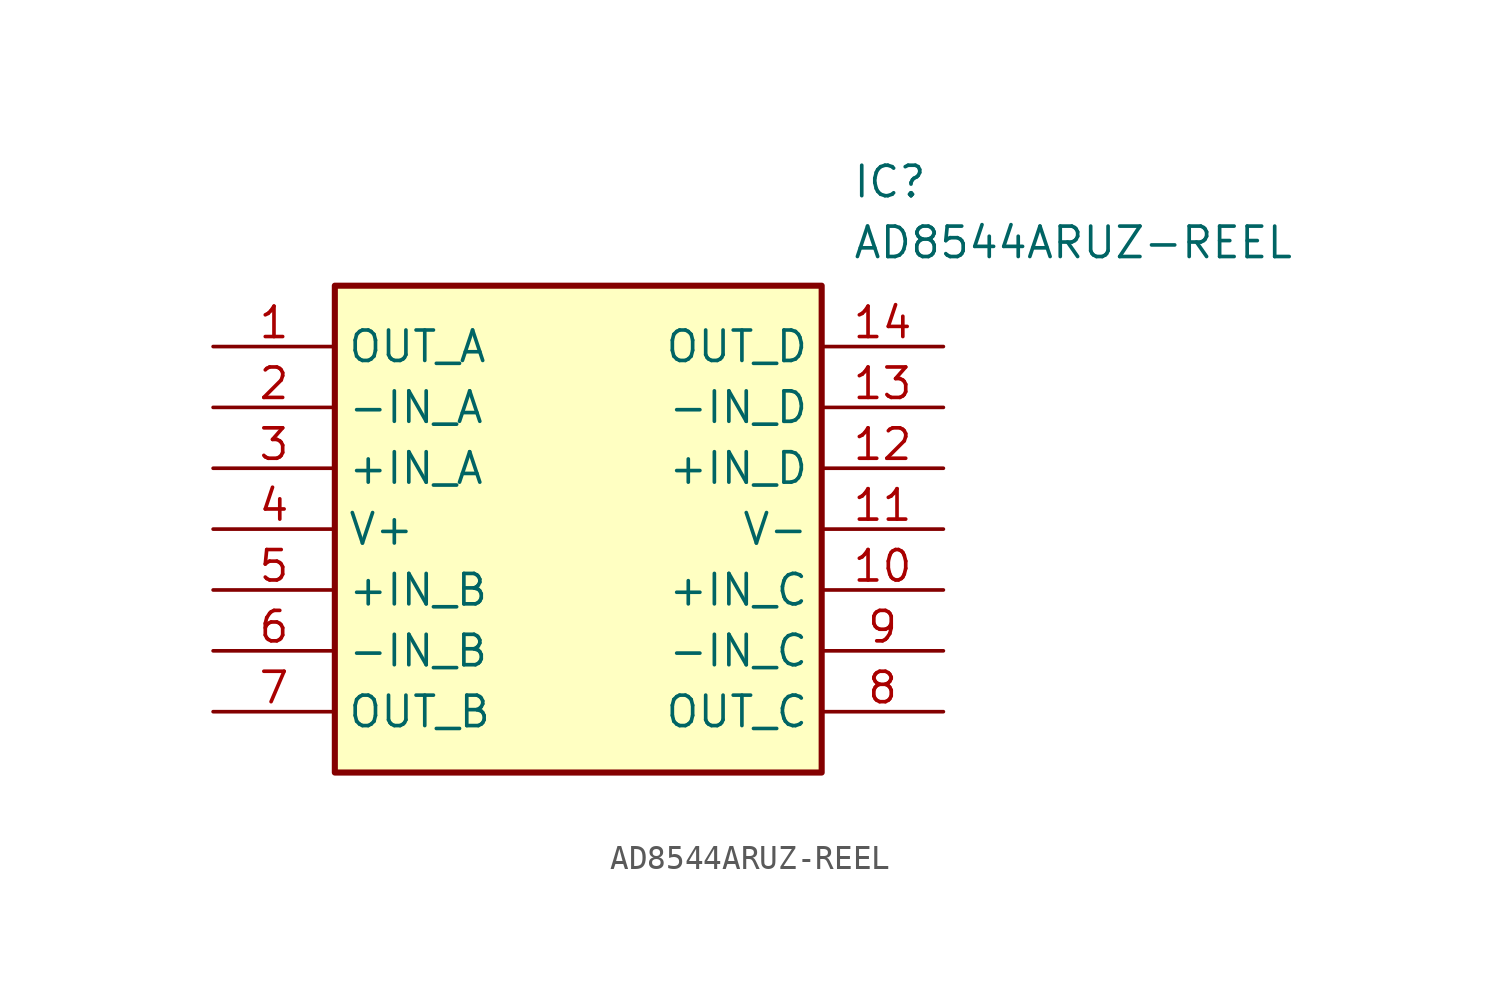
<source format=kicad_sym>
(kicad_symbol_lib
  (version 20211014)
  (generator SamacSys_ECAD_Model)
  (symbol "AD8544ARUZ-REEL"
    (property "Reference" "IC"
      (at 26.67 7.62 0)
      (effects (font (size 1.27 1.27)) (justify left top)))
    (property "Value" "AD8544ARUZ-REEL"
      (at 26.67 5.08 0)
      (effects (font (size 1.27 1.27)) (justify left top)))
    (rectangle
      (start 5.08 2.54)
      (end 25.4 -17.78)
      (stroke (width 0.254) (type default))
      (fill (type background)))
    (pin passive line
      (at 0 0 0)
      (length 5.08)
      (name "OUT_A" (effects (font (size 1.27 1.27))))
      (number "1" (effects (font (size 1.27 1.27)))))
    (pin passive line
      (at 0 -2.54 0)
      (length 5.08)
      (name "-IN_A" (effects (font (size 1.27 1.27))))
      (number "2" (effects (font (size 1.27 1.27)))))
    (pin passive line
      (at 0 -5.08 0)
      (length 5.08)
      (name "+IN_A" (effects (font (size 1.27 1.27))))
      (number "3" (effects (font (size 1.27 1.27)))))
    (pin passive line
      (at 0 -7.62 0)
      (length 5.08)
      (name "V+" (effects (font (size 1.27 1.27))))
      (number "4" (effects (font (size 1.27 1.27)))))
    (pin passive line
      (at 0 -10.16 0)
      (length 5.08)
      (name "+IN_B" (effects (font (size 1.27 1.27))))
      (number "5" (effects (font (size 1.27 1.27)))))
    (pin passive line
      (at 0 -12.7 0)
      (length 5.08)
      (name "-IN_B" (effects (font (size 1.27 1.27))))
      (number "6" (effects (font (size 1.27 1.27)))))
    (pin passive line
      (at 0 -15.24 0)
      (length 5.08)
      (name "OUT_B" (effects (font (size 1.27 1.27))))
      (number "7" (effects (font (size 1.27 1.27)))))
    (pin passive line
      (at 30.48 0 180)
      (length 5.08)
      (name "OUT_D" (effects (font (size 1.27 1.27))))
      (number "14" (effects (font (size 1.27 1.27)))))
    (pin passive line
      (at 30.48 -2.54 180)
      (length 5.08)
      (name "-IN_D" (effects (font (size 1.27 1.27))))
      (number "13" (effects (font (size 1.27 1.27)))))
    (pin passive line
      (at 30.48 -5.08 180)
      (length 5.08)
      (name "+IN_D" (effects (font (size 1.27 1.27))))
      (number "12" (effects (font (size 1.27 1.27)))))
    (pin passive line
      (at 30.48 -7.62 180)
      (length 5.08)
      (name "V-" (effects (font (size 1.27 1.27))))
      (number "11" (effects (font (size 1.27 1.27)))))
    (pin passive line
      (at 30.48 -10.16 180)
      (length 5.08)
      (name "+IN_C" (effects (font (size 1.27 1.27))))
      (number "10" (effects (font (size 1.27 1.27)))))
    (pin passive line
      (at 30.48 -12.7 180)
      (length 5.08)
      (name "-IN_C" (effects (font (size 1.27 1.27))))
      (number "9" (effects (font (size 1.27 1.27)))))
    (pin passive line
      (at 30.48 -15.24 180)
      (length 5.08)
      (name "OUT_C" (effects (font (size 1.27 1.27))))
      (number "8" (effects (font (size 1.27 1.27)))))))
</source>
